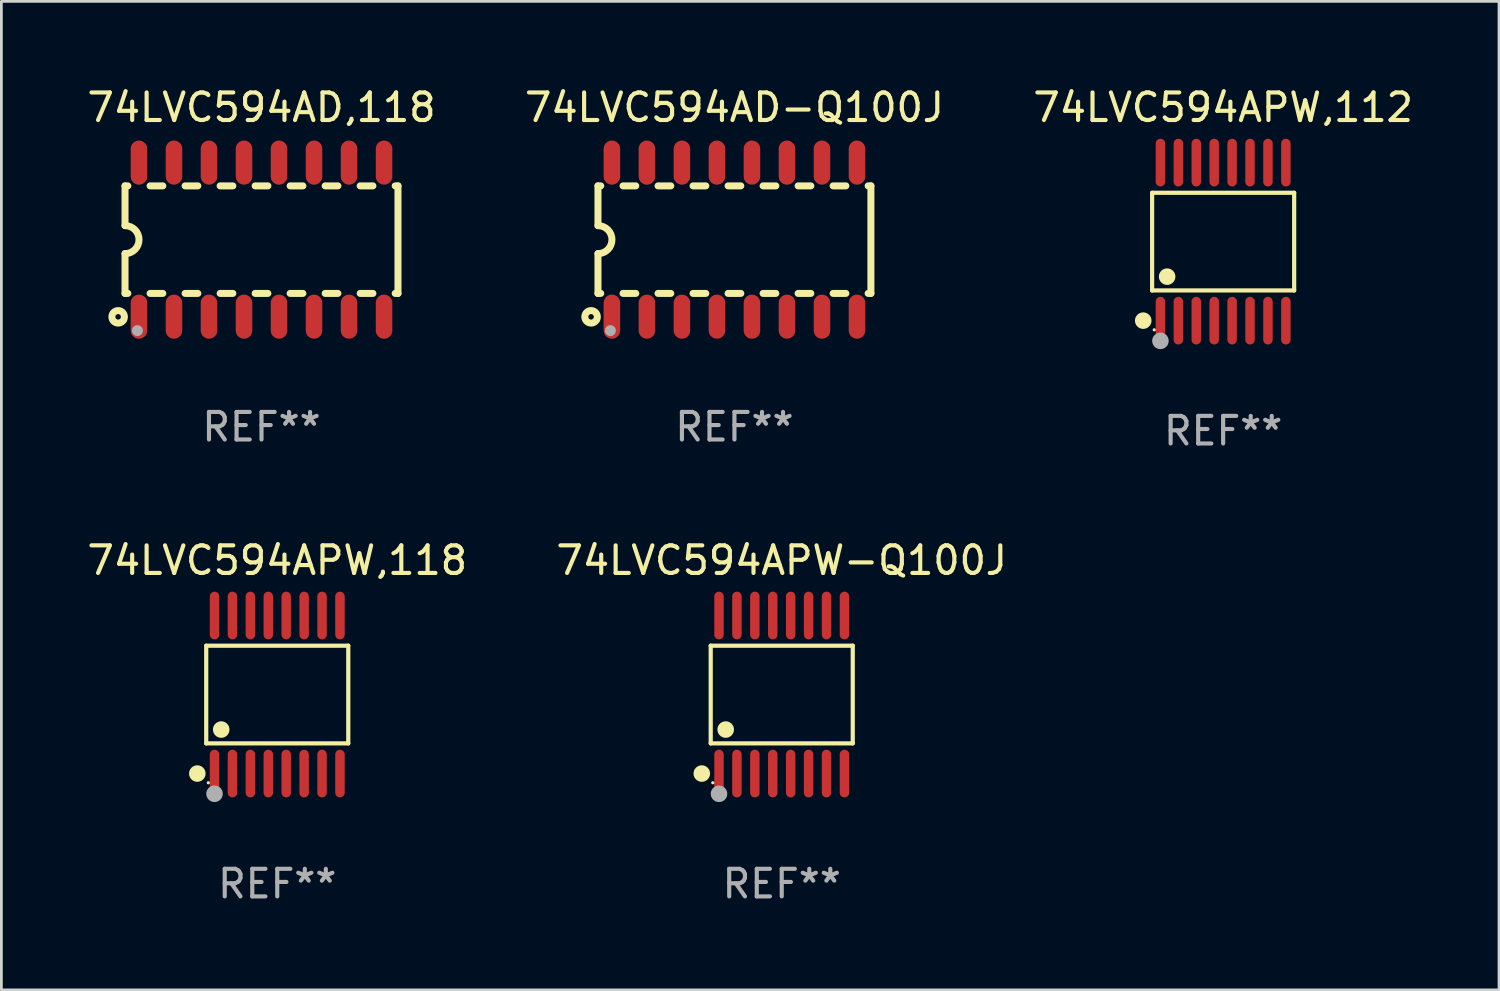
<source format=kicad_pcb>
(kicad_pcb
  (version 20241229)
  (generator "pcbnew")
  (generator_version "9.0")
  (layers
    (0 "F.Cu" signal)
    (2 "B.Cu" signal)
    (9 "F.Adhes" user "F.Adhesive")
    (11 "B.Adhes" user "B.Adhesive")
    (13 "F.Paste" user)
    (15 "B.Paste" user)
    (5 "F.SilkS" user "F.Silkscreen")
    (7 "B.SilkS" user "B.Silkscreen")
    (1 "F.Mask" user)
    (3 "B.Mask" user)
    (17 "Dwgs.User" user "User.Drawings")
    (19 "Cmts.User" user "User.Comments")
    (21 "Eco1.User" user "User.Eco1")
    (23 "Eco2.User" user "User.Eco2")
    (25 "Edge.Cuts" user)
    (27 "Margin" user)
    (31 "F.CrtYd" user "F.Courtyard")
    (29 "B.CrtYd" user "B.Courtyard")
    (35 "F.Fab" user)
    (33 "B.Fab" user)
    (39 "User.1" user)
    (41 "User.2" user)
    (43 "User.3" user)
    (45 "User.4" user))
  (footprint "74LVC594APW-Q100J"
    (layer "F.Cu")
    (at 25.304 22.142)
    (property "Reference" "74LVC594APW-Q100J" (at 0 -4.866 0) (layer "F.SilkS") (effects (font (size 1 1) (thickness 0.15))))
    (attr through_hole)
    (fp_line (start -2.576 -1.772) (end 2.576 -1.772) (stroke (width 0.152) (type solid)) (layer "F.SilkS"))
    (fp_line (start -2.576 1.771) (end -2.576 -1.772) (stroke (width 0.152) (type solid)) (layer "F.SilkS"))
    (fp_line (start 2.576 -1.772) (end 2.576 1.771) (stroke (width 0.152) (type solid)) (layer "F.SilkS"))
    (fp_line (start 2.576 1.771) (end -2.576 1.771) (stroke (width 0.152) (type solid)) (layer "F.SilkS"))
    (fp_circle (center -2.899 2.866) (end -2.749 2.866) (stroke (width 0.3) (type solid)) (fill no) (layer "F.SilkS"))
    (fp_circle (center -2.5 3.2) (end -2.47 3.2) (stroke (width 0.06) (type solid)) (fill no) (layer "F.SilkS"))
    (fp_circle (center -2.032 1.27) (end -1.882 1.27) (stroke (width 0.3) (type solid)) (fill no) (layer "F.SilkS"))
    (fp_circle (center -2.275 3.6) (end -2.125 3.6) (stroke (width 0.3) (type solid)) (fill no) (layer "F.Fab"))
    (fp_text user "REF**" (at 0 6.866 0) (layer "F.Fab") (effects (font (size 1 1) (thickness 0.15))))
    (pad "1" smd oval (at -2.275 2.866) (size 0.343 1.731) (layers "F.Cu" "F.Mask" "F.Paste"))
    (pad "2" smd oval (at -1.625 2.866) (size 0.343 1.731) (layers "F.Cu" "F.Mask" "F.Paste"))
    (pad "3" smd oval (at -0.975 2.866) (size 0.343 1.731) (layers "F.Cu" "F.Mask" "F.Paste"))
    (pad "4" smd oval (at -0.325 2.866) (size 0.343 1.731) (layers "F.Cu" "F.Mask" "F.Paste"))
    (pad "5" smd oval (at 0.325 2.866) (size 0.343 1.731) (layers "F.Cu" "F.Mask" "F.Paste"))
    (pad "6" smd oval (at 0.975 2.866) (size 0.343 1.731) (layers "F.Cu" "F.Mask" "F.Paste"))
    (pad "7" smd oval (at 1.625 2.866) (size 0.343 1.731) (layers "F.Cu" "F.Mask" "F.Paste"))
    (pad "8" smd oval (at 2.275 2.866) (size 0.343 1.731) (layers "F.Cu" "F.Mask" "F.Paste"))
    (pad "9" smd oval (at 2.275 -2.866) (size 0.343 1.731) (layers "F.Cu" "F.Mask" "F.Paste"))
    (pad "10" smd oval (at 1.625 -2.866) (size 0.343 1.731) (layers "F.Cu" "F.Mask" "F.Paste"))
    (pad "11" smd oval (at 0.975 -2.866) (size 0.343 1.731) (layers "F.Cu" "F.Mask" "F.Paste"))
    (pad "12" smd oval (at 0.325 -2.866) (size 0.343 1.731) (layers "F.Cu" "F.Mask" "F.Paste"))
    (pad "13" smd oval (at -0.325 -2.866) (size 0.343 1.731) (layers "F.Cu" "F.Mask" "F.Paste"))
    (pad "14" smd oval (at -0.975 -2.866) (size 0.343 1.731) (layers "F.Cu" "F.Mask" "F.Paste"))
    (pad "15" smd oval (at -1.625 -2.866) (size 0.343 1.731) (layers "F.Cu" "F.Mask" "F.Paste"))
    (pad "16" smd oval (at -2.275 -2.866) (size 0.343 1.731) (layers "F.Cu" "F.Mask" "F.Paste")))
  (footprint "74LVC594APW,112"
    (layer "F.Cu")
    (at 41.315 5.714)
    (property "Reference" "74LVC594APW,112" (at 0 -4.866 0) (layer "F.SilkS") (effects (font (size 1 1) (thickness 0.15))))
    (attr through_hole)
    (fp_line (start -2.576 -1.772) (end 2.576 -1.772) (stroke (width 0.152) (type solid)) (layer "F.SilkS"))
    (fp_line (start -2.576 1.771) (end -2.576 -1.772) (stroke (width 0.152) (type solid)) (layer "F.SilkS"))
    (fp_line (start 2.576 -1.772) (end 2.576 1.771) (stroke (width 0.152) (type solid)) (layer "F.SilkS"))
    (fp_line (start 2.576 1.771) (end -2.576 1.771) (stroke (width 0.152) (type solid)) (layer "F.SilkS"))
    (fp_circle (center -2.899 2.866) (end -2.749 2.866) (stroke (width 0.3) (type solid)) (fill no) (layer "F.SilkS"))
    (fp_circle (center -2.5 3.2) (end -2.47 3.2) (stroke (width 0.06) (type solid)) (fill no) (layer "F.SilkS"))
    (fp_circle (center -2.032 1.27) (end -1.882 1.27) (stroke (width 0.3) (type solid)) (fill no) (layer "F.SilkS"))
    (fp_circle (center -2.275 3.6) (end -2.125 3.6) (stroke (width 0.3) (type solid)) (fill no) (layer "F.Fab"))
    (fp_text user "REF**" (at 0 6.866 0) (layer "F.Fab") (effects (font (size 1 1) (thickness 0.15))))
    (pad "1" smd oval (at -2.275 2.866) (size 0.343 1.731) (layers "F.Cu" "F.Mask" "F.Paste"))
    (pad "2" smd oval (at -1.625 2.866) (size 0.343 1.731) (layers "F.Cu" "F.Mask" "F.Paste"))
    (pad "3" smd oval (at -0.975 2.866) (size 0.343 1.731) (layers "F.Cu" "F.Mask" "F.Paste"))
    (pad "4" smd oval (at -0.325 2.866) (size 0.343 1.731) (layers "F.Cu" "F.Mask" "F.Paste"))
    (pad "5" smd oval (at 0.325 2.866) (size 0.343 1.731) (layers "F.Cu" "F.Mask" "F.Paste"))
    (pad "6" smd oval (at 0.975 2.866) (size 0.343 1.731) (layers "F.Cu" "F.Mask" "F.Paste"))
    (pad "7" smd oval (at 1.625 2.866) (size 0.343 1.731) (layers "F.Cu" "F.Mask" "F.Paste"))
    (pad "8" smd oval (at 2.275 2.866) (size 0.343 1.731) (layers "F.Cu" "F.Mask" "F.Paste"))
    (pad "9" smd oval (at 2.275 -2.866) (size 0.343 1.731) (layers "F.Cu" "F.Mask" "F.Paste"))
    (pad "10" smd oval (at 1.625 -2.866) (size 0.343 1.731) (layers "F.Cu" "F.Mask" "F.Paste"))
    (pad "11" smd oval (at 0.975 -2.866) (size 0.343 1.731) (layers "F.Cu" "F.Mask" "F.Paste"))
    (pad "12" smd oval (at 0.325 -2.866) (size 0.343 1.731) (layers "F.Cu" "F.Mask" "F.Paste"))
    (pad "13" smd oval (at -0.325 -2.866) (size 0.343 1.731) (layers "F.Cu" "F.Mask" "F.Paste"))
    (pad "14" smd oval (at -0.975 -2.866) (size 0.343 1.731) (layers "F.Cu" "F.Mask" "F.Paste"))
    (pad "15" smd oval (at -1.625 -2.866) (size 0.343 1.731) (layers "F.Cu" "F.Mask" "F.Paste"))
    (pad "16" smd oval (at -2.275 -2.866) (size 0.343 1.731) (layers "F.Cu" "F.Mask" "F.Paste")))
  (footprint "74LVC594APW,118"
    (layer "F.Cu")
    (at 7.006 22.142)
    (property "Reference" "74LVC594APW,118" (at 0 -4.866 0) (layer "F.SilkS") (effects (font (size 1 1) (thickness 0.15))))
    (attr through_hole)
    (fp_line (start -2.576 -1.772) (end 2.576 -1.772) (stroke (width 0.152) (type solid)) (layer "F.SilkS"))
    (fp_line (start -2.576 1.771) (end -2.576 -1.772) (stroke (width 0.152) (type solid)) (layer "F.SilkS"))
    (fp_line (start 2.576 -1.772) (end 2.576 1.771) (stroke (width 0.152) (type solid)) (layer "F.SilkS"))
    (fp_line (start 2.576 1.771) (end -2.576 1.771) (stroke (width 0.152) (type solid)) (layer "F.SilkS"))
    (fp_circle (center -2.899 2.866) (end -2.749 2.866) (stroke (width 0.3) (type solid)) (fill no) (layer "F.SilkS"))
    (fp_circle (center -2.5 3.2) (end -2.47 3.2) (stroke (width 0.06) (type solid)) (fill no) (layer "F.SilkS"))
    (fp_circle (center -2.032 1.27) (end -1.882 1.27) (stroke (width 0.3) (type solid)) (fill no) (layer "F.SilkS"))
    (fp_circle (center -2.275 3.6) (end -2.125 3.6) (stroke (width 0.3) (type solid)) (fill no) (layer "F.Fab"))
    (fp_text user "REF**" (at 0 6.866 0) (layer "F.Fab") (effects (font (size 1 1) (thickness 0.15))))
    (pad "1" smd oval (at -2.275 2.866) (size 0.343 1.731) (layers "F.Cu" "F.Mask" "F.Paste"))
    (pad "2" smd oval (at -1.625 2.866) (size 0.343 1.731) (layers "F.Cu" "F.Mask" "F.Paste"))
    (pad "3" smd oval (at -0.975 2.866) (size 0.343 1.731) (layers "F.Cu" "F.Mask" "F.Paste"))
    (pad "4" smd oval (at -0.325 2.866) (size 0.343 1.731) (layers "F.Cu" "F.Mask" "F.Paste"))
    (pad "5" smd oval (at 0.325 2.866) (size 0.343 1.731) (layers "F.Cu" "F.Mask" "F.Paste"))
    (pad "6" smd oval (at 0.975 2.866) (size 0.343 1.731) (layers "F.Cu" "F.Mask" "F.Paste"))
    (pad "7" smd oval (at 1.625 2.866) (size 0.343 1.731) (layers "F.Cu" "F.Mask" "F.Paste"))
    (pad "8" smd oval (at 2.275 2.866) (size 0.343 1.731) (layers "F.Cu" "F.Mask" "F.Paste"))
    (pad "9" smd oval (at 2.275 -2.866) (size 0.343 1.731) (layers "F.Cu" "F.Mask" "F.Paste"))
    (pad "10" smd oval (at 1.625 -2.866) (size 0.343 1.731) (layers "F.Cu" "F.Mask" "F.Paste"))
    (pad "11" smd oval (at 0.975 -2.866) (size 0.343 1.731) (layers "F.Cu" "F.Mask" "F.Paste"))
    (pad "12" smd oval (at 0.325 -2.866) (size 0.343 1.731) (layers "F.Cu" "F.Mask" "F.Paste"))
    (pad "13" smd oval (at -0.325 -2.866) (size 0.343 1.731) (layers "F.Cu" "F.Mask" "F.Paste"))
    (pad "14" smd oval (at -0.975 -2.866) (size 0.343 1.731) (layers "F.Cu" "F.Mask" "F.Paste"))
    (pad "15" smd oval (at -1.625 -2.866) (size 0.343 1.731) (layers "F.Cu" "F.Mask" "F.Paste"))
    (pad "16" smd oval (at -2.275 -2.866) (size 0.343 1.731) (layers "F.Cu" "F.Mask" "F.Paste")))
  (footprint "74LVC594AD-Q100J"
    (layer "F.Cu")
    (at 23.589 5.642)
    (property "Reference" "74LVC594AD-Q100J" (at 0 -4.794 0) (layer "F.SilkS") (effects (font (size 1 1) (thickness 0.15))))
    (attr through_hole)
    (fp_line (start -4.95 -1.95) (end -4.95 -0.508) (stroke (width 0.254) (type solid)) (layer "F.SilkS"))
    (fp_line (start -4.95 -1.95) (end -4.849 -1.95) (stroke (width 0.254) (type solid)) (layer "F.SilkS"))
    (fp_line (start -4.95 1.95) (end -4.95 0.508) (stroke (width 0.254) (type solid)) (layer "F.SilkS"))
    (fp_line (start -4.95 1.95) (end -4.849 1.95) (stroke (width 0.254) (type solid)) (layer "F.SilkS"))
    (fp_line (start -4.041 -1.95) (end -3.579 -1.95) (stroke (width 0.254) (type solid)) (layer "F.SilkS"))
    (fp_line (start -4.041 1.95) (end -3.579 1.95) (stroke (width 0.254) (type solid)) (layer "F.SilkS"))
    (fp_line (start -2.771 -1.95) (end -2.309 -1.95) (stroke (width 0.254) (type solid)) (layer "F.SilkS"))
    (fp_line (start -2.771 1.95) (end -2.309 1.95) (stroke (width 0.254) (type solid)) (layer "F.SilkS"))
    (fp_line (start -1.501 -1.95) (end -1.039 -1.95) (stroke (width 0.254) (type solid)) (layer "F.SilkS"))
    (fp_line (start -1.501 1.95) (end -1.039 1.95) (stroke (width 0.254) (type solid)) (layer "F.SilkS"))
    (fp_line (start -0.231 -1.95) (end 0.231 -1.95) (stroke (width 0.254) (type solid)) (layer "F.SilkS"))
    (fp_line (start -0.231 1.95) (end 0.231 1.95) (stroke (width 0.254) (type solid)) (layer "F.SilkS"))
    (fp_line (start 1.039 -1.95) (end 1.501 -1.95) (stroke (width 0.254) (type solid)) (layer "F.SilkS"))
    (fp_line (start 1.039 1.95) (end 1.501 1.95) (stroke (width 0.254) (type solid)) (layer "F.SilkS"))
    (fp_line (start 2.309 -1.95) (end 2.771 -1.95) (stroke (width 0.254) (type solid)) (layer "F.SilkS"))
    (fp_line (start 2.309 1.95) (end 2.771 1.95) (stroke (width 0.254) (type solid)) (layer "F.SilkS"))
    (fp_line (start 3.579 -1.95) (end 4.041 -1.95) (stroke (width 0.254) (type solid)) (layer "F.SilkS"))
    (fp_line (start 3.579 1.95) (end 4.041 1.95) (stroke (width 0.254) (type solid)) (layer "F.SilkS"))
    (fp_line (start 4.849 -1.95) (end 4.95 -1.95) (stroke (width 0.254) (type solid)) (layer "F.SilkS"))
    (fp_line (start 4.849 1.95) (end 4.95 1.95) (stroke (width 0.254) (type solid)) (layer "F.SilkS"))
    (fp_line (start 4.95 -1.95) (end 4.95 1.95) (stroke (width 0.254) (type solid)) (layer "F.SilkS"))
    (fp_arc (start -4.95047 -0.508001) (mid -4.442469 -0.000228) (end -4.950013 0.508001) (stroke (width 0.254001) (type solid)) (layer "F.SilkS"))
    (fp_circle (center -5.2 2.8) (end -5.1 2.8) (stroke (width 0.254) (type solid)) (fill no) (layer "F.SilkS"))
    (fp_circle (center -4.95 2.947) (end -4.92 2.947) (stroke (width 0.06) (type solid)) (fill no) (layer "F.SilkS"))
    (fp_circle (center -4.5 3.3) (end -4.4 3.3) (stroke (width 0.2) (type solid)) (fill no) (layer "F.Fab"))
    (fp_text user "REF**" (at 0 6.794 0) (layer "F.Fab") (effects (font (size 1 1) (thickness 0.15))))
    (pad "1" smd oval (at -4.445 2.794) (size 0.6 1.6) (layers "F.Cu" "F.Mask" "F.Paste"))
    (pad "2" smd oval (at -3.175 2.794) (size 0.6 1.6) (layers "F.Cu" "F.Mask" "F.Paste"))
    (pad "3" smd oval (at -1.905 2.794) (size 0.6 1.6) (layers "F.Cu" "F.Mask" "F.Paste"))
    (pad "4" smd oval (at -0.635 2.794) (size 0.6 1.6) (layers "F.Cu" "F.Mask" "F.Paste"))
    (pad "5" smd oval (at 0.635 2.794) (size 0.6 1.6) (layers "F.Cu" "F.Mask" "F.Paste"))
    (pad "6" smd oval (at 1.905 2.794) (size 0.6 1.6) (layers "F.Cu" "F.Mask" "F.Paste"))
    (pad "7" smd oval (at 3.175 2.794) (size 0.6 1.6) (layers "F.Cu" "F.Mask" "F.Paste"))
    (pad "8" smd oval (at 4.445 2.794) (size 0.6 1.6) (layers "F.Cu" "F.Mask" "F.Paste"))
    (pad "9" smd oval (at 4.445 -2.794) (size 0.6 1.6) (layers "F.Cu" "F.Mask" "F.Paste"))
    (pad "10" smd oval (at 3.175 -2.794) (size 0.6 1.6) (layers "F.Cu" "F.Mask" "F.Paste"))
    (pad "11" smd oval (at 1.905 -2.794) (size 0.6 1.6) (layers "F.Cu" "F.Mask" "F.Paste"))
    (pad "12" smd oval (at 0.635 -2.794) (size 0.6 1.6) (layers "F.Cu" "F.Mask" "F.Paste"))
    (pad "13" smd oval (at -0.635 -2.794) (size 0.6 1.6) (layers "F.Cu" "F.Mask" "F.Paste"))
    (pad "14" smd oval (at -1.905 -2.794) (size 0.6 1.6) (layers "F.Cu" "F.Mask" "F.Paste"))
    (pad "15" smd oval (at -3.175 -2.794) (size 0.6 1.6) (layers "F.Cu" "F.Mask" "F.Paste"))
    (pad "16" smd oval (at -4.445 -2.794) (size 0.6 1.6) (layers "F.Cu" "F.Mask" "F.Paste")))
  (footprint "74LVC594AD,118"
    (layer "F.Cu")
    (at 6.435 5.642)
    (property "Reference" "74LVC594AD,118" (at 0 -4.794 0) (layer "F.SilkS") (effects (font (size 1 1) (thickness 0.15))))
    (attr through_hole)
    (fp_line (start -4.95 -1.95) (end -4.95 -0.508) (stroke (width 0.254) (type solid)) (layer "F.SilkS"))
    (fp_line (start -4.95 -1.95) (end -4.849 -1.95) (stroke (width 0.254) (type solid)) (layer "F.SilkS"))
    (fp_line (start -4.95 1.95) (end -4.95 0.508) (stroke (width 0.254) (type solid)) (layer "F.SilkS"))
    (fp_line (start -4.95 1.95) (end -4.849 1.95) (stroke (width 0.254) (type solid)) (layer "F.SilkS"))
    (fp_line (start -4.041 -1.95) (end -3.579 -1.95) (stroke (width 0.254) (type solid)) (layer "F.SilkS"))
    (fp_line (start -4.041 1.95) (end -3.579 1.95) (stroke (width 0.254) (type solid)) (layer "F.SilkS"))
    (fp_line (start -2.771 -1.95) (end -2.309 -1.95) (stroke (width 0.254) (type solid)) (layer "F.SilkS"))
    (fp_line (start -2.771 1.95) (end -2.309 1.95) (stroke (width 0.254) (type solid)) (layer "F.SilkS"))
    (fp_line (start -1.501 -1.95) (end -1.039 -1.95) (stroke (width 0.254) (type solid)) (layer "F.SilkS"))
    (fp_line (start -1.501 1.95) (end -1.039 1.95) (stroke (width 0.254) (type solid)) (layer "F.SilkS"))
    (fp_line (start -0.231 -1.95) (end 0.231 -1.95) (stroke (width 0.254) (type solid)) (layer "F.SilkS"))
    (fp_line (start -0.231 1.95) (end 0.231 1.95) (stroke (width 0.254) (type solid)) (layer "F.SilkS"))
    (fp_line (start 1.039 -1.95) (end 1.501 -1.95) (stroke (width 0.254) (type solid)) (layer "F.SilkS"))
    (fp_line (start 1.039 1.95) (end 1.501 1.95) (stroke (width 0.254) (type solid)) (layer "F.SilkS"))
    (fp_line (start 2.309 -1.95) (end 2.771 -1.95) (stroke (width 0.254) (type solid)) (layer "F.SilkS"))
    (fp_line (start 2.309 1.95) (end 2.771 1.95) (stroke (width 0.254) (type solid)) (layer "F.SilkS"))
    (fp_line (start 3.579 -1.95) (end 4.041 -1.95) (stroke (width 0.254) (type solid)) (layer "F.SilkS"))
    (fp_line (start 3.579 1.95) (end 4.041 1.95) (stroke (width 0.254) (type solid)) (layer "F.SilkS"))
    (fp_line (start 4.849 -1.95) (end 4.95 -1.95) (stroke (width 0.254) (type solid)) (layer "F.SilkS"))
    (fp_line (start 4.849 1.95) (end 4.95 1.95) (stroke (width 0.254) (type solid)) (layer "F.SilkS"))
    (fp_line (start 4.95 -1.95) (end 4.95 1.95) (stroke (width 0.254) (type solid)) (layer "F.SilkS"))
    (fp_arc (start -4.95047 -0.508001) (mid -4.442469 -0.000228) (end -4.950013 0.508001) (stroke (width 0.254001) (type solid)) (layer "F.SilkS"))
    (fp_circle (center -5.2 2.8) (end -5.1 2.8) (stroke (width 0.254) (type solid)) (fill no) (layer "F.SilkS"))
    (fp_circle (center -4.95 2.947) (end -4.92 2.947) (stroke (width 0.06) (type solid)) (fill no) (layer "F.SilkS"))
    (fp_circle (center -4.5 3.3) (end -4.4 3.3) (stroke (width 0.2) (type solid)) (fill no) (layer "F.Fab"))
    (fp_text user "REF**" (at 0 6.794 0) (layer "F.Fab") (effects (font (size 1 1) (thickness 0.15))))
    (pad "1" smd oval (at -4.445 2.794) (size 0.6 1.6) (layers "F.Cu" "F.Mask" "F.Paste"))
    (pad "2" smd oval (at -3.175 2.794) (size 0.6 1.6) (layers "F.Cu" "F.Mask" "F.Paste"))
    (pad "3" smd oval (at -1.905 2.794) (size 0.6 1.6) (layers "F.Cu" "F.Mask" "F.Paste"))
    (pad "4" smd oval (at -0.635 2.794) (size 0.6 1.6) (layers "F.Cu" "F.Mask" "F.Paste"))
    (pad "5" smd oval (at 0.635 2.794) (size 0.6 1.6) (layers "F.Cu" "F.Mask" "F.Paste"))
    (pad "6" smd oval (at 1.905 2.794) (size 0.6 1.6) (layers "F.Cu" "F.Mask" "F.Paste"))
    (pad "7" smd oval (at 3.175 2.794) (size 0.6 1.6) (layers "F.Cu" "F.Mask" "F.Paste"))
    (pad "8" smd oval (at 4.445 2.794) (size 0.6 1.6) (layers "F.Cu" "F.Mask" "F.Paste"))
    (pad "9" smd oval (at 4.445 -2.794) (size 0.6 1.6) (layers "F.Cu" "F.Mask" "F.Paste"))
    (pad "10" smd oval (at 3.175 -2.794) (size 0.6 1.6) (layers "F.Cu" "F.Mask" "F.Paste"))
    (pad "11" smd oval (at 1.905 -2.794) (size 0.6 1.6) (layers "F.Cu" "F.Mask" "F.Paste"))
    (pad "12" smd oval (at 0.635 -2.794) (size 0.6 1.6) (layers "F.Cu" "F.Mask" "F.Paste"))
    (pad "13" smd oval (at -0.635 -2.794) (size 0.6 1.6) (layers "F.Cu" "F.Mask" "F.Paste"))
    (pad "14" smd oval (at -1.905 -2.794) (size 0.6 1.6) (layers "F.Cu" "F.Mask" "F.Paste"))
    (pad "15" smd oval (at -3.175 -2.794) (size 0.6 1.6) (layers "F.Cu" "F.Mask" "F.Paste"))
    (pad "16" smd oval (at -4.445 -2.794) (size 0.6 1.6) (layers "F.Cu" "F.Mask" "F.Paste")))
  (gr_rect
    (start -3 -3)
    (end 51.321 32.856)
    (stroke (width 0.1) (type default))
    (fill no)
    (layer "Edge.Cuts")))
</source>
